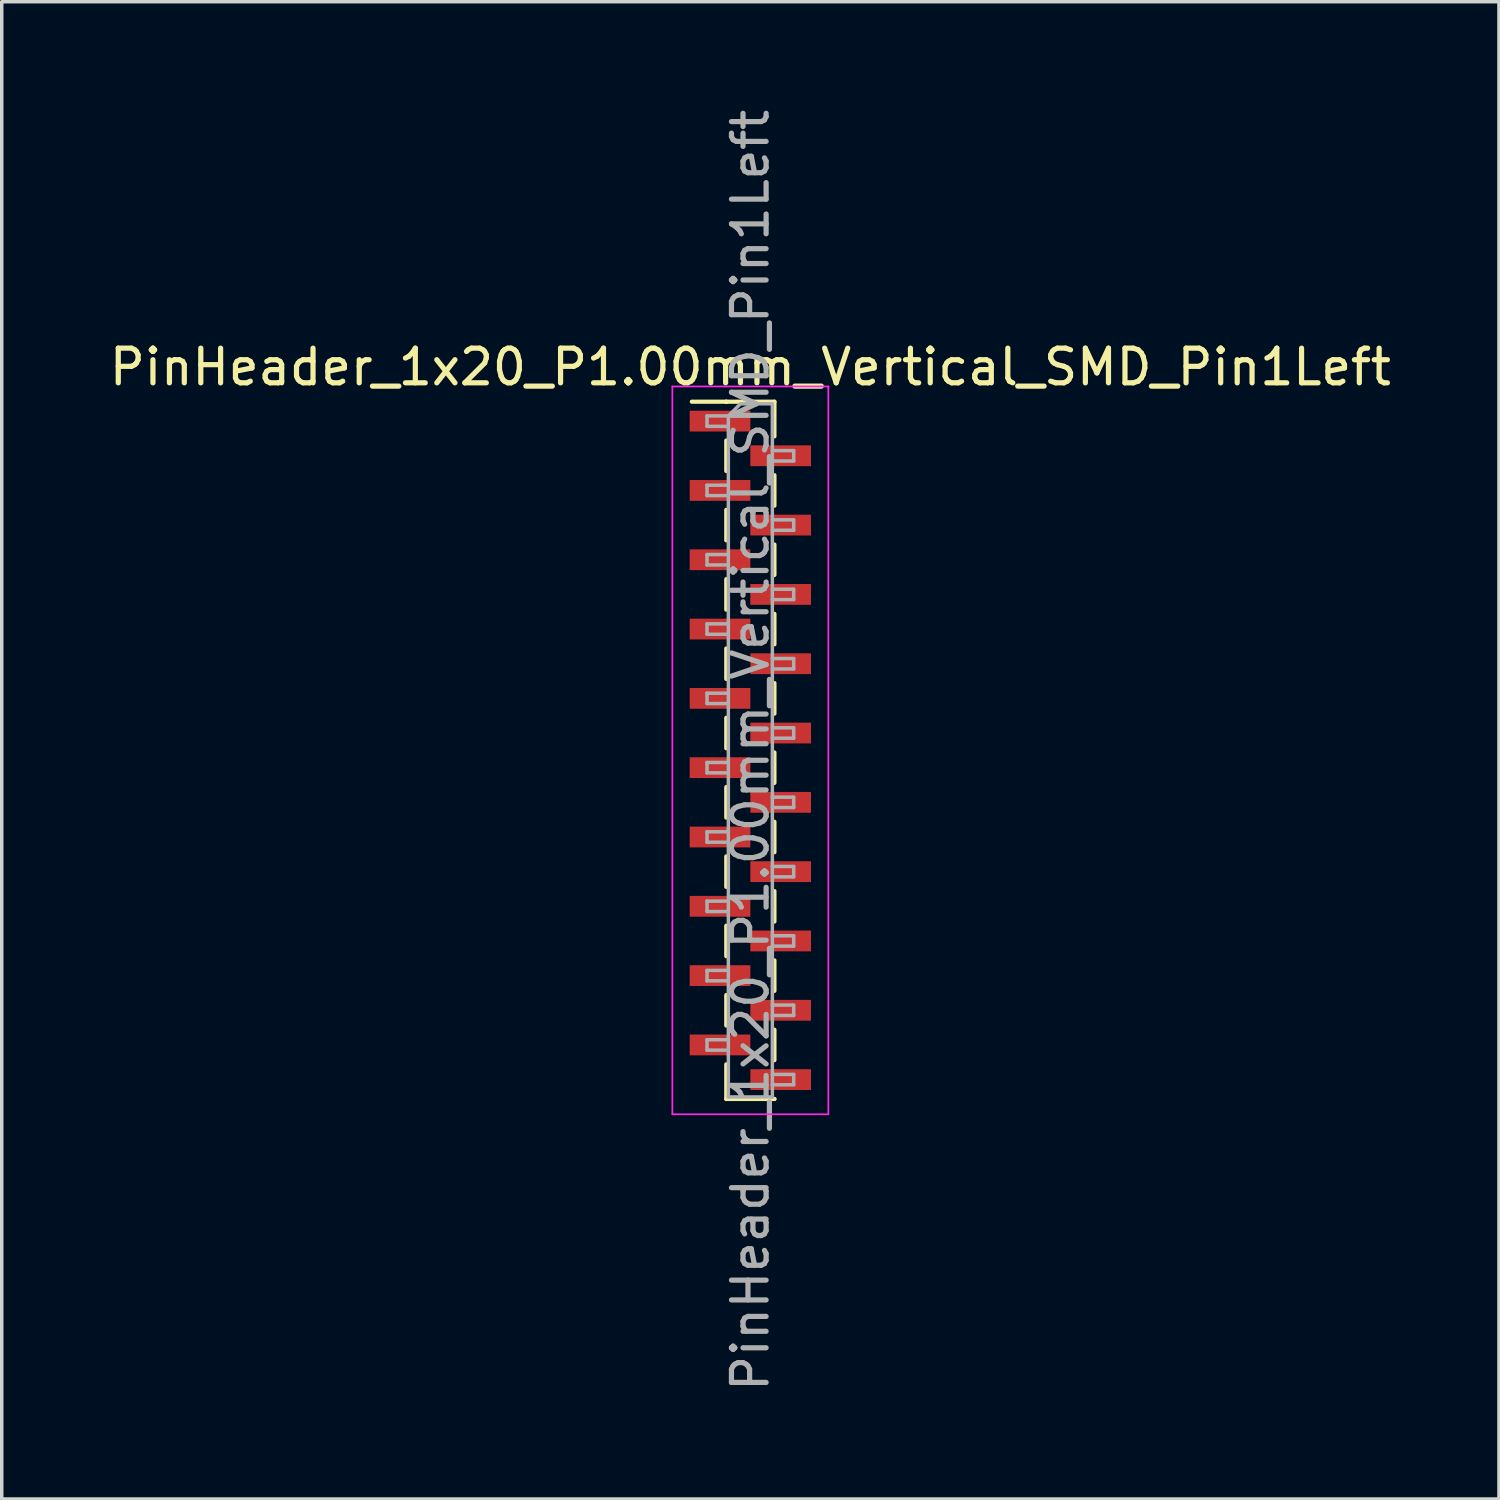
<source format=kicad_pcb>
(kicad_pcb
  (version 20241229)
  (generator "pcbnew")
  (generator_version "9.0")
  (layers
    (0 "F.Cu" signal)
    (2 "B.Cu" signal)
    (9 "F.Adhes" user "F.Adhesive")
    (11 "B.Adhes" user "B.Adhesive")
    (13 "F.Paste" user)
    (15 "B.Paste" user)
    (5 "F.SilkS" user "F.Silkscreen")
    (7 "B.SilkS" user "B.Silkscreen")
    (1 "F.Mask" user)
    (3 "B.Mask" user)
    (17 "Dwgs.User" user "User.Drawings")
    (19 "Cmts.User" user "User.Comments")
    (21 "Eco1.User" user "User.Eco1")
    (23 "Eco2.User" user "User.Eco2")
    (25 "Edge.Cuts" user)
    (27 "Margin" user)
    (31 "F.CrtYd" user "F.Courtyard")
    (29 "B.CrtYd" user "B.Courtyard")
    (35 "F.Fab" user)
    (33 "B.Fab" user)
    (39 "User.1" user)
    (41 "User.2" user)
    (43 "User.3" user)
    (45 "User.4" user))
  (footprint "PinHeader_1x20_P1.00mm_Vertical_SMD_Pin1Left"
    (layer "F.Cu")
    (at 18.601 18.601)
    (property "Reference" "PinHeader_1x20_P1.00mm_Vertical_SMD_Pin1Left" (at 0 -11.06 0) (layer "F.SilkS") (effects (font (size 1 1) (thickness 0.15))))
    (attr smd)
    (fp_line (start -0.695 -10.06) (end -1.69 -10.06) (stroke (width 0.12) (type solid)) (layer "F.SilkS"))
    (fp_line (start -0.695 -10.06) (end -0.695 -10.06) (stroke (width 0.12) (type solid)) (layer "F.SilkS"))
    (fp_line (start -0.695 -10.06) (end 0.695 -10.06) (stroke (width 0.12) (type solid)) (layer "F.SilkS"))
    (fp_line (start -0.695 -8.94) (end -0.695 -8.06) (stroke (width 0.12) (type solid)) (layer "F.SilkS"))
    (fp_line (start -0.695 -6.94) (end -0.695 -6.06) (stroke (width 0.12) (type solid)) (layer "F.SilkS"))
    (fp_line (start -0.695 -4.94) (end -0.695 -4.06) (stroke (width 0.12) (type solid)) (layer "F.SilkS"))
    (fp_line (start -0.695 -2.94) (end -0.695 -2.06) (stroke (width 0.12) (type solid)) (layer "F.SilkS"))
    (fp_line (start -0.695 -0.94) (end -0.695 -0.06) (stroke (width 0.12) (type solid)) (layer "F.SilkS"))
    (fp_line (start -0.695 1.06) (end -0.695 1.94) (stroke (width 0.12) (type solid)) (layer "F.SilkS"))
    (fp_line (start -0.695 3.06) (end -0.695 3.94) (stroke (width 0.12) (type solid)) (layer "F.SilkS"))
    (fp_line (start -0.695 5.06) (end -0.695 5.94) (stroke (width 0.12) (type solid)) (layer "F.SilkS"))
    (fp_line (start -0.695 7.06) (end -0.695 7.94) (stroke (width 0.12) (type solid)) (layer "F.SilkS"))
    (fp_line (start -0.695 9.06) (end -0.695 10.06) (stroke (width 0.12) (type solid)) (layer "F.SilkS"))
    (fp_line (start -0.695 10.06) (end 0.695 10.06) (stroke (width 0.12) (type solid)) (layer "F.SilkS"))
    (fp_line (start 0.695 -10.06) (end 0.695 -9.06) (stroke (width 0.12) (type solid)) (layer "F.SilkS"))
    (fp_line (start 0.695 -7.94) (end 0.695 -7.06) (stroke (width 0.12) (type solid)) (layer "F.SilkS"))
    (fp_line (start 0.695 -5.94) (end 0.695 -5.06) (stroke (width 0.12) (type solid)) (layer "F.SilkS"))
    (fp_line (start 0.695 -3.94) (end 0.695 -3.06) (stroke (width 0.12) (type solid)) (layer "F.SilkS"))
    (fp_line (start 0.695 -1.94) (end 0.695 -1.06) (stroke (width 0.12) (type solid)) (layer "F.SilkS"))
    (fp_line (start 0.695 0.06) (end 0.695 0.94) (stroke (width 0.12) (type solid)) (layer "F.SilkS"))
    (fp_line (start 0.695 2.06) (end 0.695 2.94) (stroke (width 0.12) (type solid)) (layer "F.SilkS"))
    (fp_line (start 0.695 4.06) (end 0.695 4.94) (stroke (width 0.12) (type solid)) (layer "F.SilkS"))
    (fp_line (start 0.695 6.06) (end 0.695 6.94) (stroke (width 0.12) (type solid)) (layer "F.SilkS"))
    (fp_line (start 0.695 8.06) (end 0.695 8.94) (stroke (width 0.12) (type solid)) (layer "F.SilkS"))
    (fp_line (start 0.695 10.06) (end 0.695 10.06) (stroke (width 0.12) (type solid)) (layer "F.SilkS"))
    (fp_line (start -2.25 -10.5) (end -2.25 10.5) (stroke (width 0.05) (type solid)) (layer "F.CrtYd"))
    (fp_line (start -2.25 10.5) (end 2.25 10.5) (stroke (width 0.05) (type solid)) (layer "F.CrtYd"))
    (fp_line (start 2.25 -10.5) (end -2.25 -10.5) (stroke (width 0.05) (type solid)) (layer "F.CrtYd"))
    (fp_line (start 2.25 10.5) (end 2.25 -10.5) (stroke (width 0.05) (type solid)) (layer "F.CrtYd"))
    (fp_line (start -1.25 -9.65) (end -1.25 -9.35) (stroke (width 0.1) (type solid)) (layer "F.Fab"))
    (fp_line (start -1.25 -9.35) (end -0.635 -9.35) (stroke (width 0.1) (type solid)) (layer "F.Fab"))
    (fp_line (start -1.25 -7.65) (end -1.25 -7.35) (stroke (width 0.1) (type solid)) (layer "F.Fab"))
    (fp_line (start -1.25 -7.35) (end -0.635 -7.35) (stroke (width 0.1) (type solid)) (layer "F.Fab"))
    (fp_line (start -1.25 -5.65) (end -1.25 -5.35) (stroke (width 0.1) (type solid)) (layer "F.Fab"))
    (fp_line (start -1.25 -5.35) (end -0.635 -5.35) (stroke (width 0.1) (type solid)) (layer "F.Fab"))
    (fp_line (start -1.25 -3.65) (end -1.25 -3.35) (stroke (width 0.1) (type solid)) (layer "F.Fab"))
    (fp_line (start -1.25 -3.35) (end -0.635 -3.35) (stroke (width 0.1) (type solid)) (layer "F.Fab"))
    (fp_line (start -1.25 -1.65) (end -1.25 -1.35) (stroke (width 0.1) (type solid)) (layer "F.Fab"))
    (fp_line (start -1.25 -1.35) (end -0.635 -1.35) (stroke (width 0.1) (type solid)) (layer "F.Fab"))
    (fp_line (start -1.25 0.35) (end -1.25 0.65) (stroke (width 0.1) (type solid)) (layer "F.Fab"))
    (fp_line (start -1.25 0.65) (end -0.635 0.65) (stroke (width 0.1) (type solid)) (layer "F.Fab"))
    (fp_line (start -1.25 2.35) (end -1.25 2.65) (stroke (width 0.1) (type solid)) (layer "F.Fab"))
    (fp_line (start -1.25 2.65) (end -0.635 2.65) (stroke (width 0.1) (type solid)) (layer "F.Fab"))
    (fp_line (start -1.25 4.35) (end -1.25 4.65) (stroke (width 0.1) (type solid)) (layer "F.Fab"))
    (fp_line (start -1.25 4.65) (end -0.635 4.65) (stroke (width 0.1) (type solid)) (layer "F.Fab"))
    (fp_line (start -1.25 6.35) (end -1.25 6.65) (stroke (width 0.1) (type solid)) (layer "F.Fab"))
    (fp_line (start -1.25 6.65) (end -0.635 6.65) (stroke (width 0.1) (type solid)) (layer "F.Fab"))
    (fp_line (start -1.25 8.35) (end -1.25 8.65) (stroke (width 0.1) (type solid)) (layer "F.Fab"))
    (fp_line (start -1.25 8.65) (end -0.635 8.65) (stroke (width 0.1) (type solid)) (layer "F.Fab"))
    (fp_line (start -0.635 -9.65) (end -1.25 -9.65) (stroke (width 0.1) (type solid)) (layer "F.Fab"))
    (fp_line (start -0.635 -9.65) (end -0.285 -10) (stroke (width 0.1) (type solid)) (layer "F.Fab"))
    (fp_line (start -0.635 -7.65) (end -1.25 -7.65) (stroke (width 0.1) (type solid)) (layer "F.Fab"))
    (fp_line (start -0.635 -5.65) (end -1.25 -5.65) (stroke (width 0.1) (type solid)) (layer "F.Fab"))
    (fp_line (start -0.635 -3.65) (end -1.25 -3.65) (stroke (width 0.1) (type solid)) (layer "F.Fab"))
    (fp_line (start -0.635 -1.65) (end -1.25 -1.65) (stroke (width 0.1) (type solid)) (layer "F.Fab"))
    (fp_line (start -0.635 0.35) (end -1.25 0.35) (stroke (width 0.1) (type solid)) (layer "F.Fab"))
    (fp_line (start -0.635 2.35) (end -1.25 2.35) (stroke (width 0.1) (type solid)) (layer "F.Fab"))
    (fp_line (start -0.635 4.35) (end -1.25 4.35) (stroke (width 0.1) (type solid)) (layer "F.Fab"))
    (fp_line (start -0.635 6.35) (end -1.25 6.35) (stroke (width 0.1) (type solid)) (layer "F.Fab"))
    (fp_line (start -0.635 8.35) (end -1.25 8.35) (stroke (width 0.1) (type solid)) (layer "F.Fab"))
    (fp_line (start -0.635 10) (end -0.635 -9.65) (stroke (width 0.1) (type solid)) (layer "F.Fab"))
    (fp_line (start -0.285 -10) (end 0.635 -10) (stroke (width 0.1) (type solid)) (layer "F.Fab"))
    (fp_line (start 0.635 -10) (end 0.635 10) (stroke (width 0.1) (type solid)) (layer "F.Fab"))
    (fp_line (start 0.635 -8.65) (end 1.25 -8.65) (stroke (width 0.1) (type solid)) (layer "F.Fab"))
    (fp_line (start 0.635 -6.65) (end 1.25 -6.65) (stroke (width 0.1) (type solid)) (layer "F.Fab"))
    (fp_line (start 0.635 -4.65) (end 1.25 -4.65) (stroke (width 0.1) (type solid)) (layer "F.Fab"))
    (fp_line (start 0.635 -2.65) (end 1.25 -2.65) (stroke (width 0.1) (type solid)) (layer "F.Fab"))
    (fp_line (start 0.635 -0.65) (end 1.25 -0.65) (stroke (width 0.1) (type solid)) (layer "F.Fab"))
    (fp_line (start 0.635 1.35) (end 1.25 1.35) (stroke (width 0.1) (type solid)) (layer "F.Fab"))
    (fp_line (start 0.635 3.35) (end 1.25 3.35) (stroke (width 0.1) (type solid)) (layer "F.Fab"))
    (fp_line (start 0.635 5.35) (end 1.25 5.35) (stroke (width 0.1) (type solid)) (layer "F.Fab"))
    (fp_line (start 0.635 7.35) (end 1.25 7.35) (stroke (width 0.1) (type solid)) (layer "F.Fab"))
    (fp_line (start 0.635 9.35) (end 1.25 9.35) (stroke (width 0.1) (type solid)) (layer "F.Fab"))
    (fp_line (start 0.635 10) (end -0.635 10) (stroke (width 0.1) (type solid)) (layer "F.Fab"))
    (fp_line (start 1.25 -8.65) (end 1.25 -8.35) (stroke (width 0.1) (type solid)) (layer "F.Fab"))
    (fp_line (start 1.25 -8.35) (end 0.635 -8.35) (stroke (width 0.1) (type solid)) (layer "F.Fab"))
    (fp_line (start 1.25 -6.65) (end 1.25 -6.35) (stroke (width 0.1) (type solid)) (layer "F.Fab"))
    (fp_line (start 1.25 -6.35) (end 0.635 -6.35) (stroke (width 0.1) (type solid)) (layer "F.Fab"))
    (fp_line (start 1.25 -4.65) (end 1.25 -4.35) (stroke (width 0.1) (type solid)) (layer "F.Fab"))
    (fp_line (start 1.25 -4.35) (end 0.635 -4.35) (stroke (width 0.1) (type solid)) (layer "F.Fab"))
    (fp_line (start 1.25 -2.65) (end 1.25 -2.35) (stroke (width 0.1) (type solid)) (layer "F.Fab"))
    (fp_line (start 1.25 -2.35) (end 0.635 -2.35) (stroke (width 0.1) (type solid)) (layer "F.Fab"))
    (fp_line (start 1.25 -0.65) (end 1.25 -0.35) (stroke (width 0.1) (type solid)) (layer "F.Fab"))
    (fp_line (start 1.25 -0.35) (end 0.635 -0.35) (stroke (width 0.1) (type solid)) (layer "F.Fab"))
    (fp_line (start 1.25 1.35) (end 1.25 1.65) (stroke (width 0.1) (type solid)) (layer "F.Fab"))
    (fp_line (start 1.25 1.65) (end 0.635 1.65) (stroke (width 0.1) (type solid)) (layer "F.Fab"))
    (fp_line (start 1.25 3.35) (end 1.25 3.65) (stroke (width 0.1) (type solid)) (layer "F.Fab"))
    (fp_line (start 1.25 3.65) (end 0.635 3.65) (stroke (width 0.1) (type solid)) (layer "F.Fab"))
    (fp_line (start 1.25 5.35) (end 1.25 5.65) (stroke (width 0.1) (type solid)) (layer "F.Fab"))
    (fp_line (start 1.25 5.65) (end 0.635 5.65) (stroke (width 0.1) (type solid)) (layer "F.Fab"))
    (fp_line (start 1.25 7.35) (end 1.25 7.65) (stroke (width 0.1) (type solid)) (layer "F.Fab"))
    (fp_line (start 1.25 7.65) (end 0.635 7.65) (stroke (width 0.1) (type solid)) (layer "F.Fab"))
    (fp_line (start 1.25 9.35) (end 1.25 9.65) (stroke (width 0.1) (type solid)) (layer "F.Fab"))
    (fp_line (start 1.25 9.65) (end 0.635 9.65) (stroke (width 0.1) (type solid)) (layer "F.Fab"))
    (fp_text user "${REFERENCE}" (at 0 0 90) (layer "F.Fab") (effects (font (size 1 1) (thickness 0.15))))
    (pad "1" smd rect (at -0.875 -9.5) (size 1.75 0.6) (layers "F.Cu" "F.Mask" "F.Paste"))
    (pad "2" smd rect (at 0.875 -8.5) (size 1.75 0.6) (layers "F.Cu" "F.Mask" "F.Paste"))
    (pad "3" smd rect (at -0.875 -7.5) (size 1.75 0.6) (layers "F.Cu" "F.Mask" "F.Paste"))
    (pad "4" smd rect (at 0.875 -6.5) (size 1.75 0.6) (layers "F.Cu" "F.Mask" "F.Paste"))
    (pad "5" smd rect (at -0.875 -5.5) (size 1.75 0.6) (layers "F.Cu" "F.Mask" "F.Paste"))
    (pad "6" smd rect (at 0.875 -4.5) (size 1.75 0.6) (layers "F.Cu" "F.Mask" "F.Paste"))
    (pad "7" smd rect (at -0.875 -3.5) (size 1.75 0.6) (layers "F.Cu" "F.Mask" "F.Paste"))
    (pad "8" smd rect (at 0.875 -2.5) (size 1.75 0.6) (layers "F.Cu" "F.Mask" "F.Paste"))
    (pad "9" smd rect (at -0.875 -1.5) (size 1.75 0.6) (layers "F.Cu" "F.Mask" "F.Paste"))
    (pad "10" smd rect (at 0.875 -0.5) (size 1.75 0.6) (layers "F.Cu" "F.Mask" "F.Paste"))
    (pad "11" smd rect (at -0.875 0.5) (size 1.75 0.6) (layers "F.Cu" "F.Mask" "F.Paste"))
    (pad "12" smd rect (at 0.875 1.5) (size 1.75 0.6) (layers "F.Cu" "F.Mask" "F.Paste"))
    (pad "13" smd rect (at -0.875 2.5) (size 1.75 0.6) (layers "F.Cu" "F.Mask" "F.Paste"))
    (pad "14" smd rect (at 0.875 3.5) (size 1.75 0.6) (layers "F.Cu" "F.Mask" "F.Paste"))
    (pad "15" smd rect (at -0.875 4.5) (size 1.75 0.6) (layers "F.Cu" "F.Mask" "F.Paste"))
    (pad "16" smd rect (at 0.875 5.5) (size 1.75 0.6) (layers "F.Cu" "F.Mask" "F.Paste"))
    (pad "17" smd rect (at -0.875 6.5) (size 1.75 0.6) (layers "F.Cu" "F.Mask" "F.Paste"))
    (pad "18" smd rect (at 0.875 7.5) (size 1.75 0.6) (layers "F.Cu" "F.Mask" "F.Paste"))
    (pad "19" smd rect (at -0.875 8.5) (size 1.75 0.6) (layers "F.Cu" "F.Mask" "F.Paste"))
    (pad "20" smd rect (at 0.875 9.5) (size 1.75 0.6) (layers "F.Cu" "F.Mask" "F.Paste")))
  (gr_rect
    (start -3 -3)
    (end 40.202 40.202)
    (stroke (width 0.1) (type default))
    (fill no)
    (layer "Edge.Cuts")))
</source>
